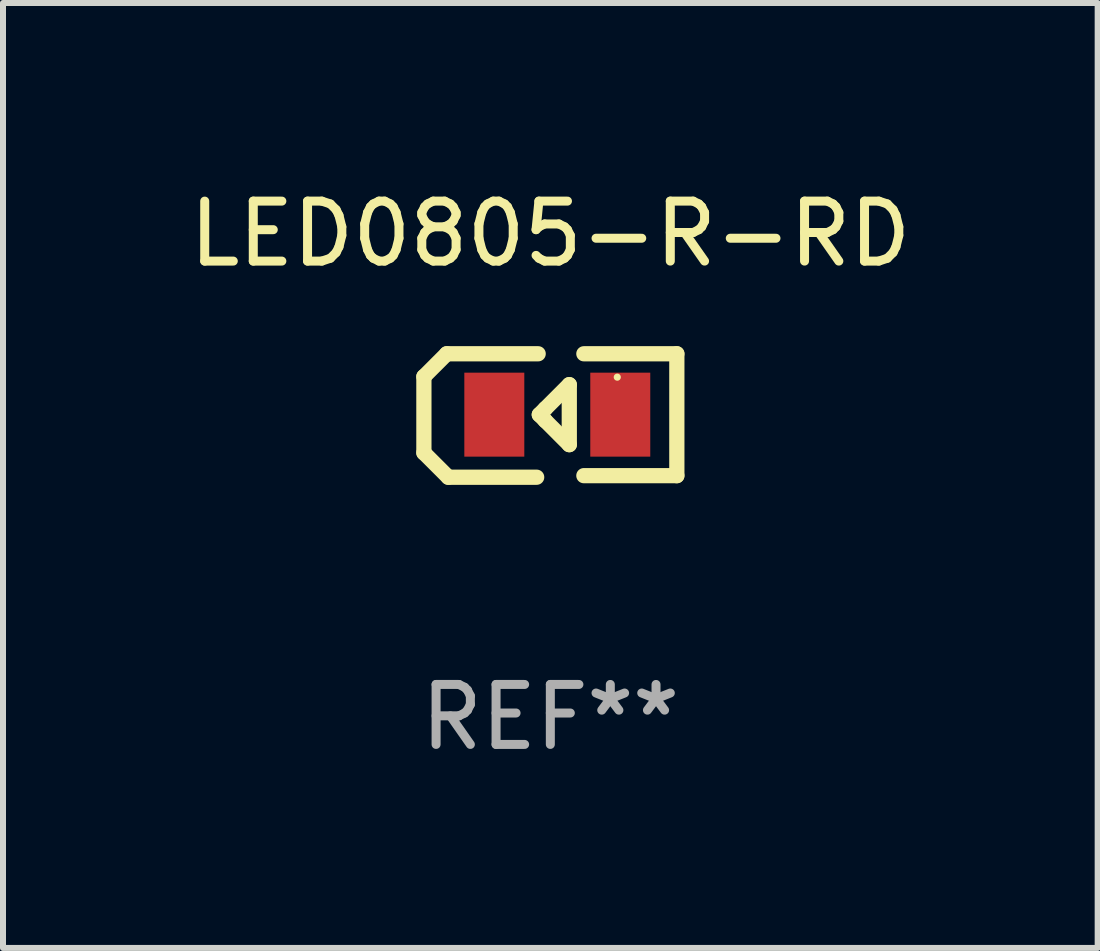
<source format=kicad_pcb>
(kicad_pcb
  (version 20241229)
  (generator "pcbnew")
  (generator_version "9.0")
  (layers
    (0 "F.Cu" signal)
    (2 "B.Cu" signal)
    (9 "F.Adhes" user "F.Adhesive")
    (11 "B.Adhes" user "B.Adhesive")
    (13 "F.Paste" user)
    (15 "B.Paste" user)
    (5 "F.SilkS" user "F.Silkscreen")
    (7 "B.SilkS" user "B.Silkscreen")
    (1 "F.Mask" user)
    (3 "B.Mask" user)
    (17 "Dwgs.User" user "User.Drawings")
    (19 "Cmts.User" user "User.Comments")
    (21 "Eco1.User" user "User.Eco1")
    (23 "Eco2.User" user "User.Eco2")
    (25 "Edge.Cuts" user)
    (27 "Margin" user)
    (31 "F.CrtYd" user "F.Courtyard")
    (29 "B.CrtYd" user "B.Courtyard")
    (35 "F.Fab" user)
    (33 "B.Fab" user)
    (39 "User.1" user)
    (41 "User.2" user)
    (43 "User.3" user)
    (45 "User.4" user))
  (footprint "LED0805-R-RD"
    (layer "F.Cu")
    (at 6.241 3.863)
    (property "Reference" "LED0805-R-RD" (at -0.116 -3.015 0) (layer "F.SilkS") (effects (font (size 1 1) (thickness 0.15))))
    (attr smd)
    (fp_line (start -2.224 -0.634) (end -1.843 -1.015) (stroke (width 0.254) (type solid)) (layer "F.SilkS"))
    (fp_line (start -2.224 0.636) (end -2.224 -0.634) (stroke (width 0.254) (type solid)) (layer "F.SilkS"))
    (fp_line (start -1.843 -1.015) (end -0.319 -1.015) (stroke (width 0.254) (type solid)) (layer "F.SilkS"))
    (fp_line (start -1.817 1.043) (end -2.224 0.636) (stroke (width 0.254) (type solid)) (layer "F.SilkS"))
    (fp_line (start -0.344 1.043) (end -1.817 1.043) (stroke (width 0.254) (type solid)) (layer "F.SilkS"))
    (fp_line (start -0.3 0) (end -0.2 0.1) (stroke (width 0.254) (type solid)) (layer "F.SilkS"))
    (fp_line (start -0.2 -0.1) (end -0.3 0) (stroke (width 0.254) (type solid)) (layer "F.SilkS"))
    (fp_line (start -0.2 0.1) (end 0.2 0.5) (stroke (width 0.254) (type solid)) (layer "F.SilkS"))
    (fp_line (start 0.2 -0.5) (end -0.2 -0.1) (stroke (width 0.254) (type solid)) (layer "F.SilkS"))
    (fp_line (start 0.2 -0.5) (end 0.2 0.5) (stroke (width 0.254) (type solid)) (layer "F.SilkS"))
    (fp_line (start 0.443 1.017) (end 1.993 1.017) (stroke (width 0.254) (type solid)) (layer "F.SilkS"))
    (fp_line (start 1.993 -1.015) (end 0.443 -1.015) (stroke (width 0.254) (type solid)) (layer "F.SilkS"))
    (fp_line (start 1.993 1.017) (end 1.993 -1.015) (stroke (width 0.254) (type solid)) (layer "F.SilkS"))
    (fp_circle (center 1 -0.625) (end 1.03 -0.625) (stroke (width 0.06) (type solid)) (fill no) (layer "F.SilkS"))
    (fp_text user "REF**" (at -0.116 5.043 0) (layer "F.Fab") (effects (font (size 1 1) (thickness 0.15))))
    (pad "1" smd rect (at 1.05 0 180) (size 1 1.4) (layers "F.Cu" "F.Mask" "F.Paste"))
    (pad "2" smd rect (at -1.05 0 180) (size 1 1.4) (layers "F.Cu" "F.Mask" "F.Paste")))
  (gr_rect
    (start -3 -3)
    (end 15.25 12.754)
    (stroke (width 0.1) (type default))
    (fill no)
    (layer "Edge.Cuts")))
</source>
